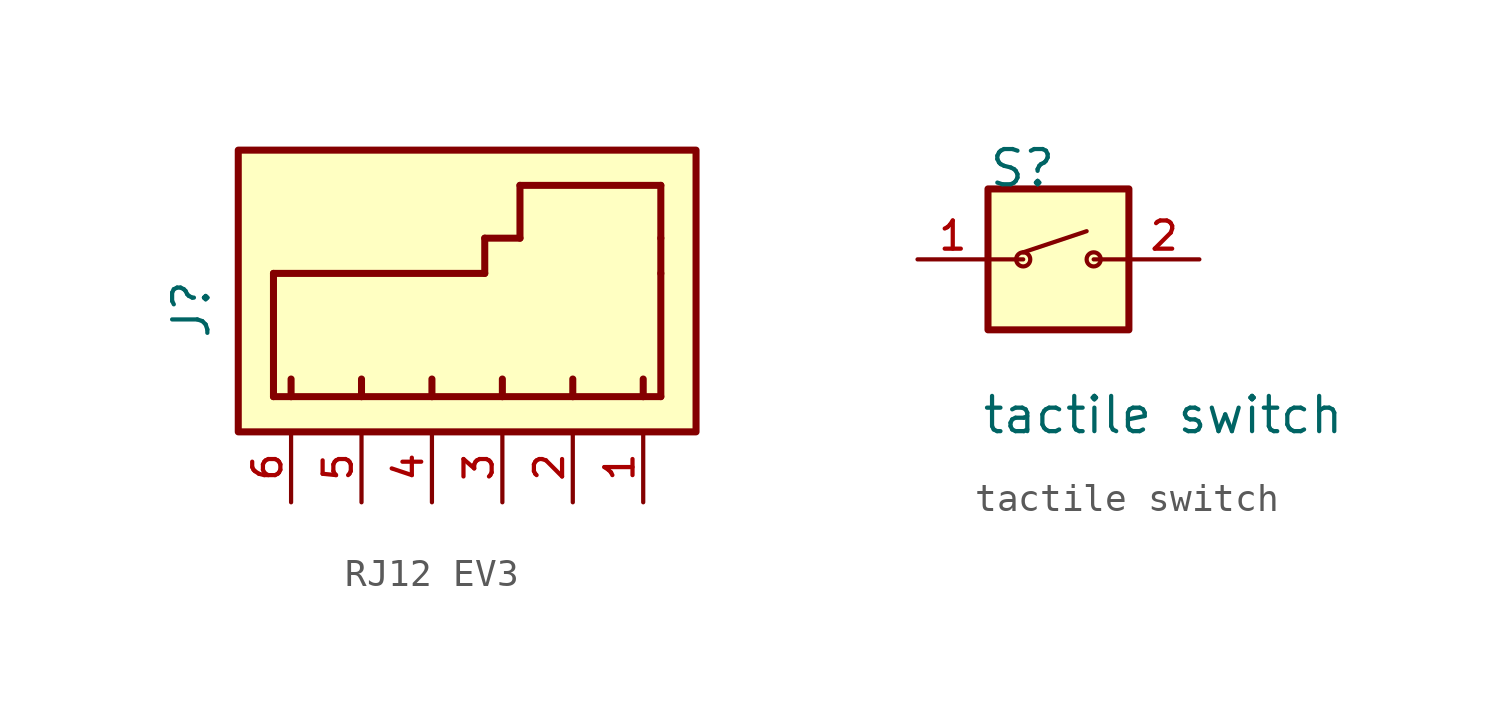
<source format=kicad_sym>
(kicad_symbol_lib
  (version 20231120)
  (generator "kicad_symbol_editor")
  (generator_version "8.0")
  (symbol "RJ12 EV3"
    (pin_names
      (offset 1.016))
    (property "Reference" "J"
      (at -10.477 -0.662 90)
      (effects (font (size 1.27 1.27)) (justify bottom)))
    (symbol "RJ12 EV3_0_0"
      (rectangle (start -9.525 5.08) (end 6.985 -5.08) (stroke (width 0.254) (type default)) (fill (type background)))
      (polyline (pts (xy -8.255 -3.81) (xy -8.255 0.635)) (stroke (width 0.254) (type default)) (fill (type none)))
      (polyline (pts (xy -8.255 0.635) (xy -0.635 0.635)) (stroke (width 0.254) (type default)) (fill (type none)))
      (polyline (pts (xy -7.62 -3.81) (xy -8.255 -3.81)) (stroke (width 0.254) (type default)) (fill (type none)))
      (polyline (pts (xy -7.62 -3.81) (xy -7.62 -3.175)) (stroke (width 0.254) (type default)) (fill (type none)))
      (polyline (pts (xy -5.08 -3.81) (xy -7.62 -3.81)) (stroke (width 0.254) (type default)) (fill (type none)))
      (polyline (pts (xy -5.08 -3.81) (xy -5.08 -3.175)) (stroke (width 0.254) (type default)) (fill (type none)))
      (polyline (pts (xy -2.54 -3.81) (xy -5.08 -3.81)) (stroke (width 0.254) (type default)) (fill (type none)))
      (polyline (pts (xy -2.54 -3.81) (xy -2.54 -3.175)) (stroke (width 0.254) (type default)) (fill (type none)))
      (polyline (pts (xy -0.635 0.635) (xy -0.635 1.905)) (stroke (width 0.254) (type default)) (fill (type none)))
      (polyline (pts (xy -0.635 1.905) (xy 0.635 1.905)) (stroke (width 0.254) (type default)) (fill (type none)))
      (polyline (pts (xy 0 -3.81) (xy -2.54 -3.81)) (stroke (width 0.254) (type default)) (fill (type none)))
      (polyline (pts (xy 0 -3.81) (xy 0 -3.175)) (stroke (width 0.254) (type default)) (fill (type none)))
      (polyline (pts (xy 0.635 1.905) (xy 0.635 3.81)) (stroke (width 0.254) (type default)) (fill (type none)))
      (polyline (pts (xy 0.635 3.81) (xy 5.715 3.81)) (stroke (width 0.254) (type default)) (fill (type none)))
      (polyline (pts (xy 2.54 -3.81) (xy 0 -3.81)) (stroke (width 0.254) (type default)) (fill (type none)))
      (polyline (pts (xy 2.54 -3.81) (xy 2.54 -3.175)) (stroke (width 0.254) (type default)) (fill (type none)))
      (polyline (pts (xy 5.08 -3.81) (xy 2.54 -3.81)) (stroke (width 0.254) (type default)) (fill (type none)))
      (polyline (pts (xy 5.08 -3.81) (xy 5.08 -3.175)) (stroke (width 0.254) (type default)) (fill (type none)))
      (polyline (pts (xy 5.715 -3.81) (xy 5.08 -3.81)) (stroke (width 0.254) (type default)) (fill (type none)))
      (polyline (pts (xy 5.715 0.635) (xy 5.715 -3.81)) (stroke (width 0.254) (type default)) (fill (type none)))
      (polyline (pts (xy 5.715 0.635) (xy 5.715 1.905)) (stroke (width 0.254) (type default)) (fill (type none)))
      (polyline (pts (xy 5.715 1.905) (xy 5.715 3.81)) (stroke (width 0.254) (type default)) (fill (type none)))
      (pin passive line (at 5.08 -7.62 90) (length 2.54) (name "~" (effects (font (size 1.016 1.016)))) (number "1" (effects (font (size 1.016 1.016)))))
      (pin passive line (at 2.54 -7.62 90) (length 2.54) (name "~" (effects (font (size 1.016 1.016)))) (number "2" (effects (font (size 1.016 1.016)))))
      (pin passive line (at 0 -7.62 90) (length 2.54) (name "~" (effects (font (size 1.016 1.016)))) (number "3" (effects (font (size 1.016 1.016)))))
      (pin passive line (at -2.54 -7.62 90) (length 2.54) (name "~" (effects (font (size 1.016 1.016)))) (number "4" (effects (font (size 1.016 1.016)))))
      (pin passive line (at -5.08 -7.62 90) (length 2.54) (name "~" (effects (font (size 1.016 1.016)))) (number "5" (effects (font (size 1.016 1.016)))))
      (pin passive line (at -7.62 -7.62 90) (length 2.54) (name "~" (effects (font (size 1.016 1.016)))) (number "6" (effects (font (size 1.016 1.016)))))))
  (symbol "tactile switch"
    (pin_names
      (offset 1.016))
    (property "Reference" "S"
      (at -2.545 2.545 0)
      (effects (font (size 1.27 1.27)) (justify left bottom)))
    (property "Value" "tactile switch"
      (at -2.796 -6.356 0)
      (effects (font (size 1.27 1.27)) (justify left bottom)))
    (symbol "tactile switch_0_0"
      (rectangle (start -2.54 -2.54) (end 2.54 2.54) (stroke (width 0.254) (type default)) (fill (type background)))
      (circle (center -1.27 0) (radius 0.254) (stroke (width 0.152) (type default)) (fill (type none)))
      (polyline (pts (xy -1.27 0) (xy -2.54 0)) (stroke (width 0.152) (type default)) (fill (type none)))
      (polyline (pts (xy -1.27 0.254) (xy 1.016 1.016)) (stroke (width 0.152) (type default)) (fill (type none)))
      (polyline (pts (xy 1.27 0) (xy 2.54 0)) (stroke (width 0.152) (type default)) (fill (type none)))
      (circle (center 1.27 0) (radius 0.254) (stroke (width 0.152) (type default)) (fill (type none)))
      (pin passive line (at -5.08 0 0) (length 2.54) (name "~" (effects (font (size 1.016 1.016)))) (number "1" (effects (font (size 1.016 1.016)))))
      (pin passive line (at 5.08 0 180) (length 2.54) (name "~" (effects (font (size 1.016 1.016)))) (number "2" (effects (font (size 1.016 1.016))))))))
</source>
